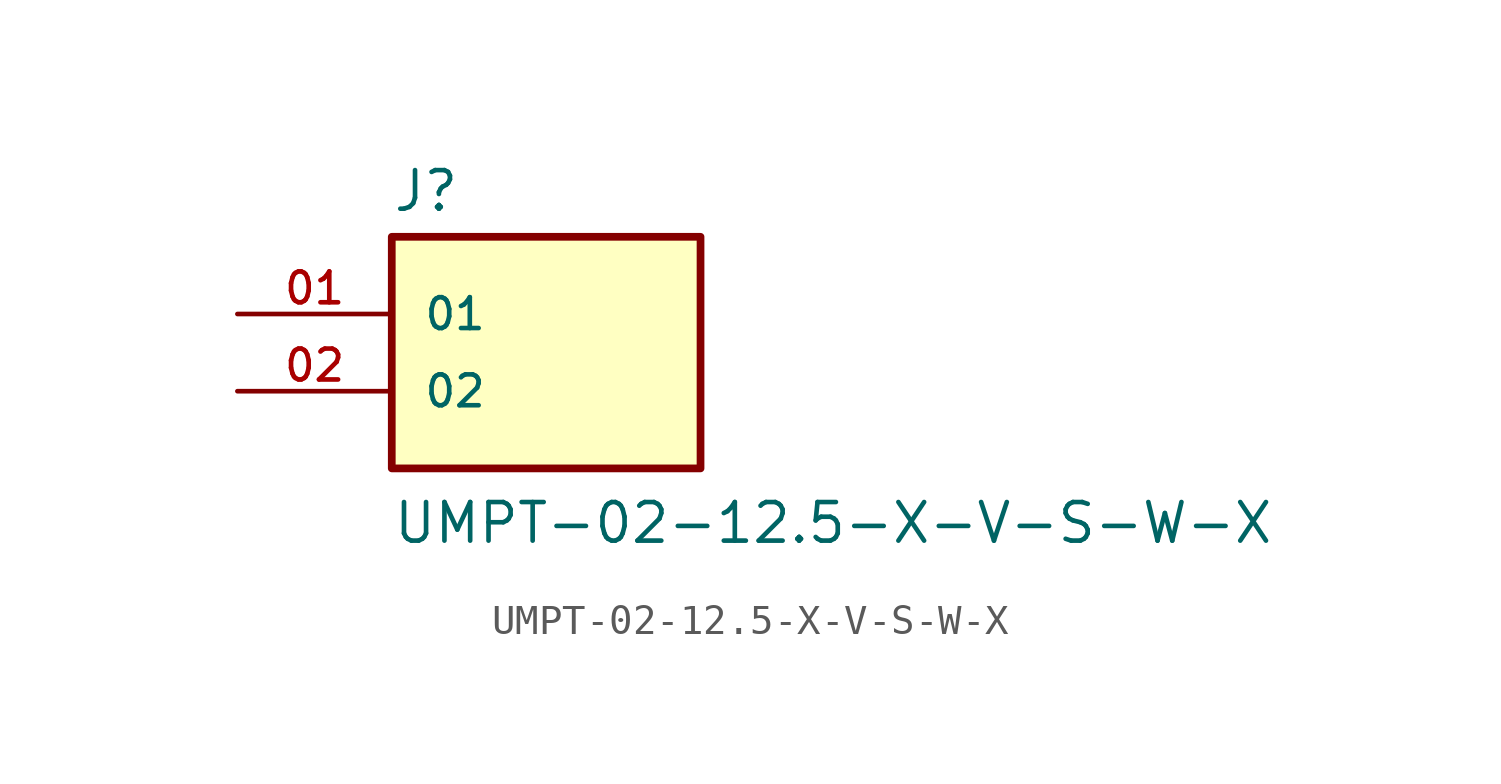
<source format=kicad_sym>
(kicad_symbol_lib
  (version 20231120)
  (generator "kicad_symbol_editor")
  (generator_version "8.0")
  (symbol "UMPT-02-12.5-X-V-S-W-X"
    (pin_names
      (offset 1.016))
    (property "Reference" "J"
      (at -5.08 3.302 0)
      (effects (font (size 1.27 1.27)) (justify left bottom)))
    (property "Value" "UMPT-02-12.5-X-V-S-W-X"
      (at -5.08 -7.62 0)
      (effects (font (size 1.27 1.27)) (justify left bottom)))
    (property "ki_locked" ""
      (at 0 0 0)
      (effects (font (size 1.27 1.27))))
    (symbol "UMPT-02-12.5-X-V-S-W-X_0_0"
      (rectangle (start -5.08 -5.08) (end 5.08 2.54) (stroke (width 0.254) (type solid)) (fill (type background)))
      (pin passive line (at -10.16 0 0) (length 5.08) (name "01" (effects (font (size 1.016 1.016)))) (number "01" (effects (font (size 1.016 1.016)))))
      (pin passive line (at -10.16 -2.54 0) (length 5.08) (name "02" (effects (font (size 1.016 1.016)))) (number "02" (effects (font (size 1.016 1.016))))))))
</source>
